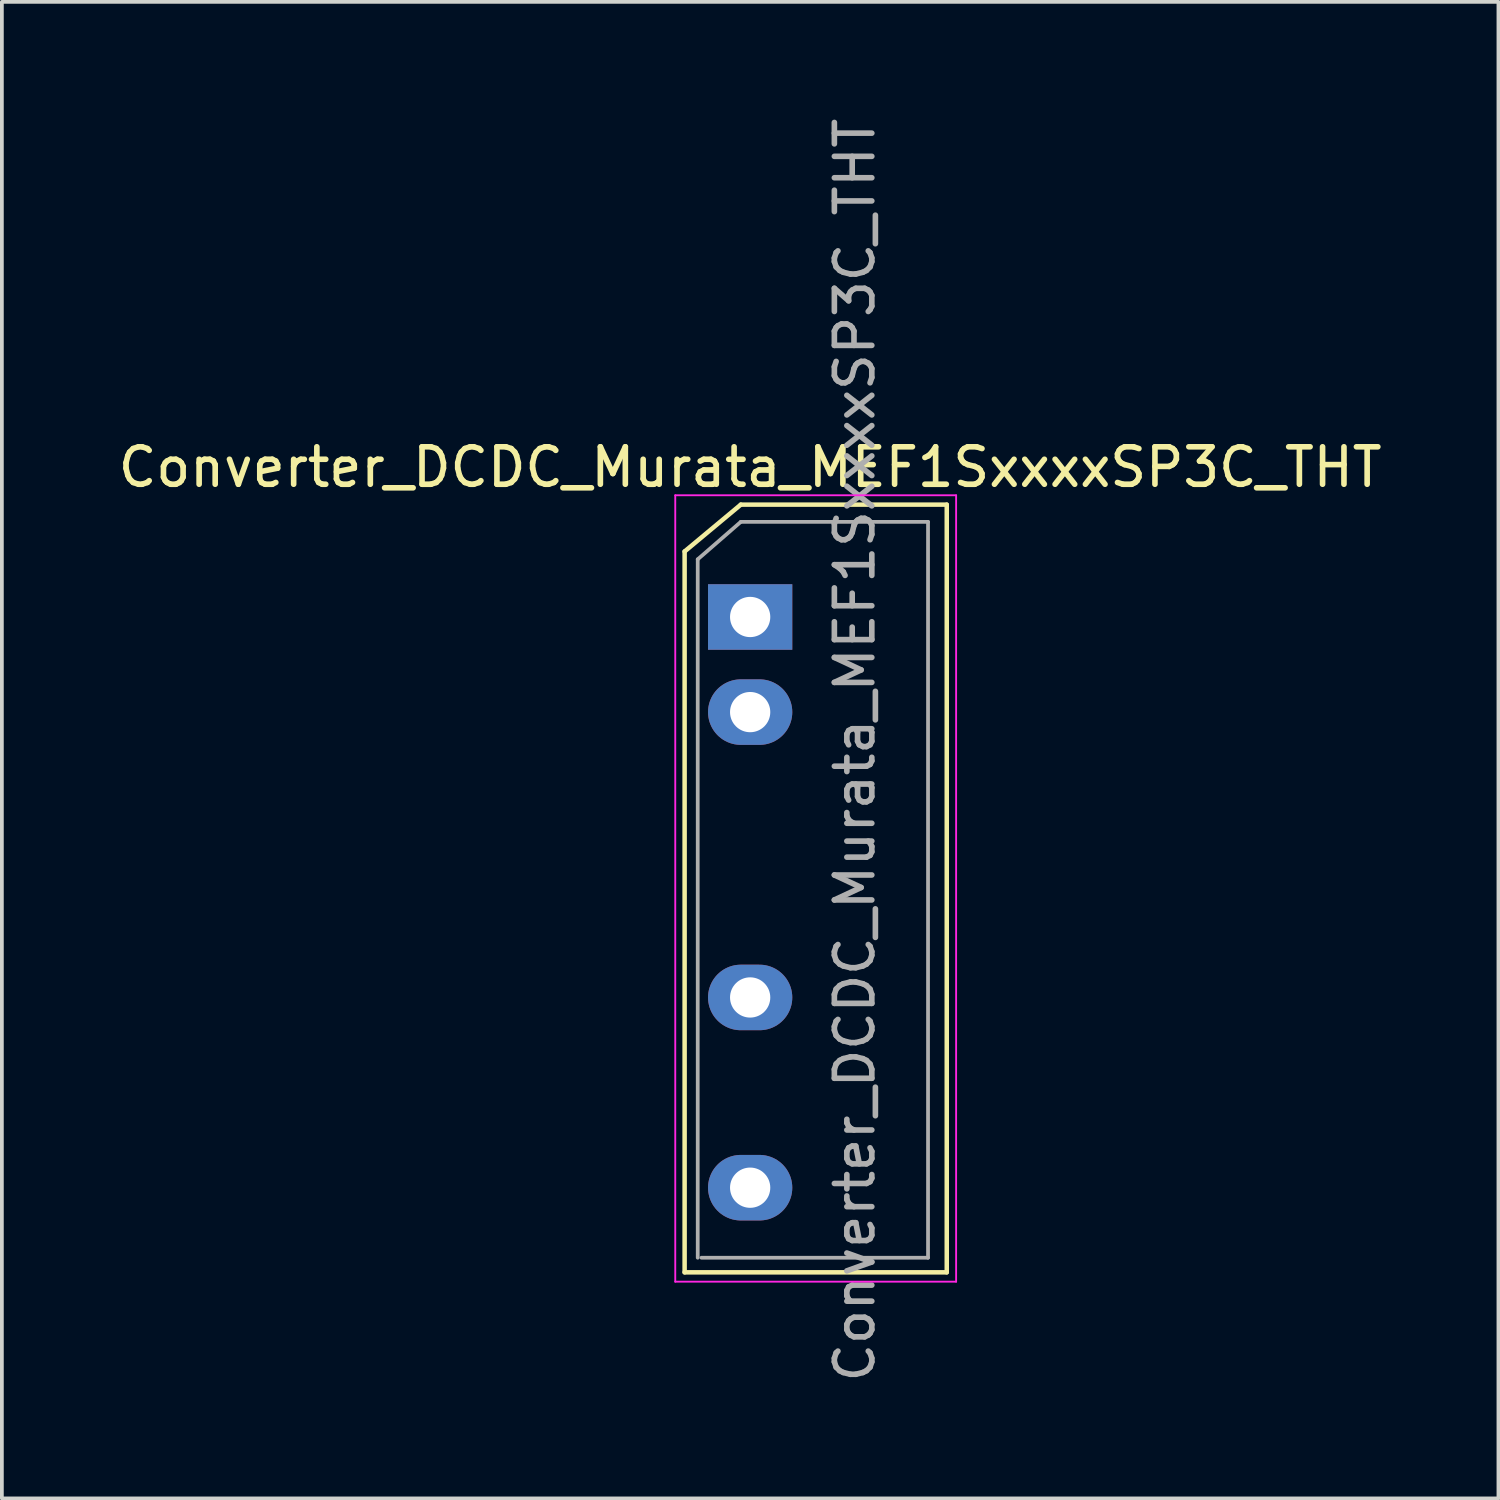
<source format=kicad_pcb>
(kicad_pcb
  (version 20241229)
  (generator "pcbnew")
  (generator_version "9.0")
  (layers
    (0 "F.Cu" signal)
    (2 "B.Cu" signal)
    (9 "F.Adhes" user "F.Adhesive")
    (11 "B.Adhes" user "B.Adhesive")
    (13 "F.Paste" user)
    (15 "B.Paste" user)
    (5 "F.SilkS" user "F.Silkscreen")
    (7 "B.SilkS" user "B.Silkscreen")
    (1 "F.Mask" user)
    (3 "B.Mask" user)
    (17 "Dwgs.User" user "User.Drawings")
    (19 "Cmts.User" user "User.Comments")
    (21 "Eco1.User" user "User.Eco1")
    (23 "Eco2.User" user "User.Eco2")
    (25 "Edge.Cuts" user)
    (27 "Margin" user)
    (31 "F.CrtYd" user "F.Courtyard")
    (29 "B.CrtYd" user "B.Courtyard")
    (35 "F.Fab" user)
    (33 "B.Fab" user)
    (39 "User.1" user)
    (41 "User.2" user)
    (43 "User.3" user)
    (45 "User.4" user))
  (footprint "Converter_DCDC_Murata_MEF1SxxxxSP3C_THT"
    (layer "F.Cu")
    (at 16.982 13.426)
    (property "Reference" "Converter_DCDC_Murata_MEF1SxxxxSP3C_THT" (at 0 -4 180) (layer "F.SilkS") (effects (font (size 1 1) (thickness 0.15))))
    (attr through_hole)
    (fp_line (start -1.75 -1.75) (end -1.75 17.5) (stroke (width 0.12) (type solid)) (layer "F.SilkS"))
    (fp_line (start -0.25 -3) (end -1.75 -1.75) (stroke (width 0.12) (type solid)) (layer "F.SilkS"))
    (fp_line (start 5.25 -3) (end -0.25 -3) (stroke (width 0.12) (type solid)) (layer "F.SilkS"))
    (fp_line (start 5.25 -3) (end 5.25 17.5) (stroke (width 0.12) (type solid)) (layer "F.SilkS"))
    (fp_line (start 5.25 17.5) (end -1.75 17.5) (stroke (width 0.12) (type solid)) (layer "F.SilkS"))
    (fp_line (start -2 -3.25) (end -2 17.75) (stroke (width 0.05) (type solid)) (layer "F.CrtYd"))
    (fp_line (start 5.5 -3.25) (end -2 -3.25) (stroke (width 0.05) (type solid)) (layer "F.CrtYd"))
    (fp_line (start 5.5 -3.25) (end 5.5 17.75) (stroke (width 0.05) (type solid)) (layer "F.CrtYd"))
    (fp_line (start 5.5 17.75) (end -2 17.75) (stroke (width 0.05) (type solid)) (layer "F.CrtYd"))
    (fp_line (start -1.4 -1.54) (end -1.4 17.11) (stroke (width 0.1) (type solid)) (layer "F.Fab"))
    (fp_line (start -1.3 17.11) (end 4.75 17.11) (stroke (width 0.1) (type solid)) (layer "F.Fab"))
    (fp_line (start -0.25 -2.54) (end -1.4 -1.54) (stroke (width 0.1) (type solid)) (layer "F.Fab"))
    (fp_line (start -0.25 -2.54) (end 4.75 -2.54) (stroke (width 0.1) (type solid)) (layer "F.Fab"))
    (fp_line (start 4.75 -2.54) (end 4.75 17.11) (stroke (width 0.1) (type solid)) (layer "F.Fab"))
    (fp_text user "${REFERENCE}" (at 2.794 3.556 270) (layer "F.Fab") (effects (font (size 1 1) (thickness 0.15))))
    (pad "1" thru_hole rect (at 0 0 270) (size 1.75 2.25) (drill 1.075) (layers "*.Cu" "*.Mask"))
    (pad "2" thru_hole oval (at 0 2.54 270) (size 1.75 2.25) (drill 1.075) (layers "*.Cu" "*.Mask"))
    (pad "5" thru_hole oval (at 0 10.16 270) (size 1.75 2.25) (drill 1.075) (layers "*.Cu" "*.Mask"))
    (pad "7" thru_hole oval (at 0 15.24 270) (size 1.75 2.25) (drill 1.075) (layers "*.Cu" "*.Mask")))
  (gr_rect
    (start -3 -3)
    (end 36.964 36.964)
    (stroke (width 0.1) (type default))
    (fill no)
    (layer "Edge.Cuts")))
</source>
